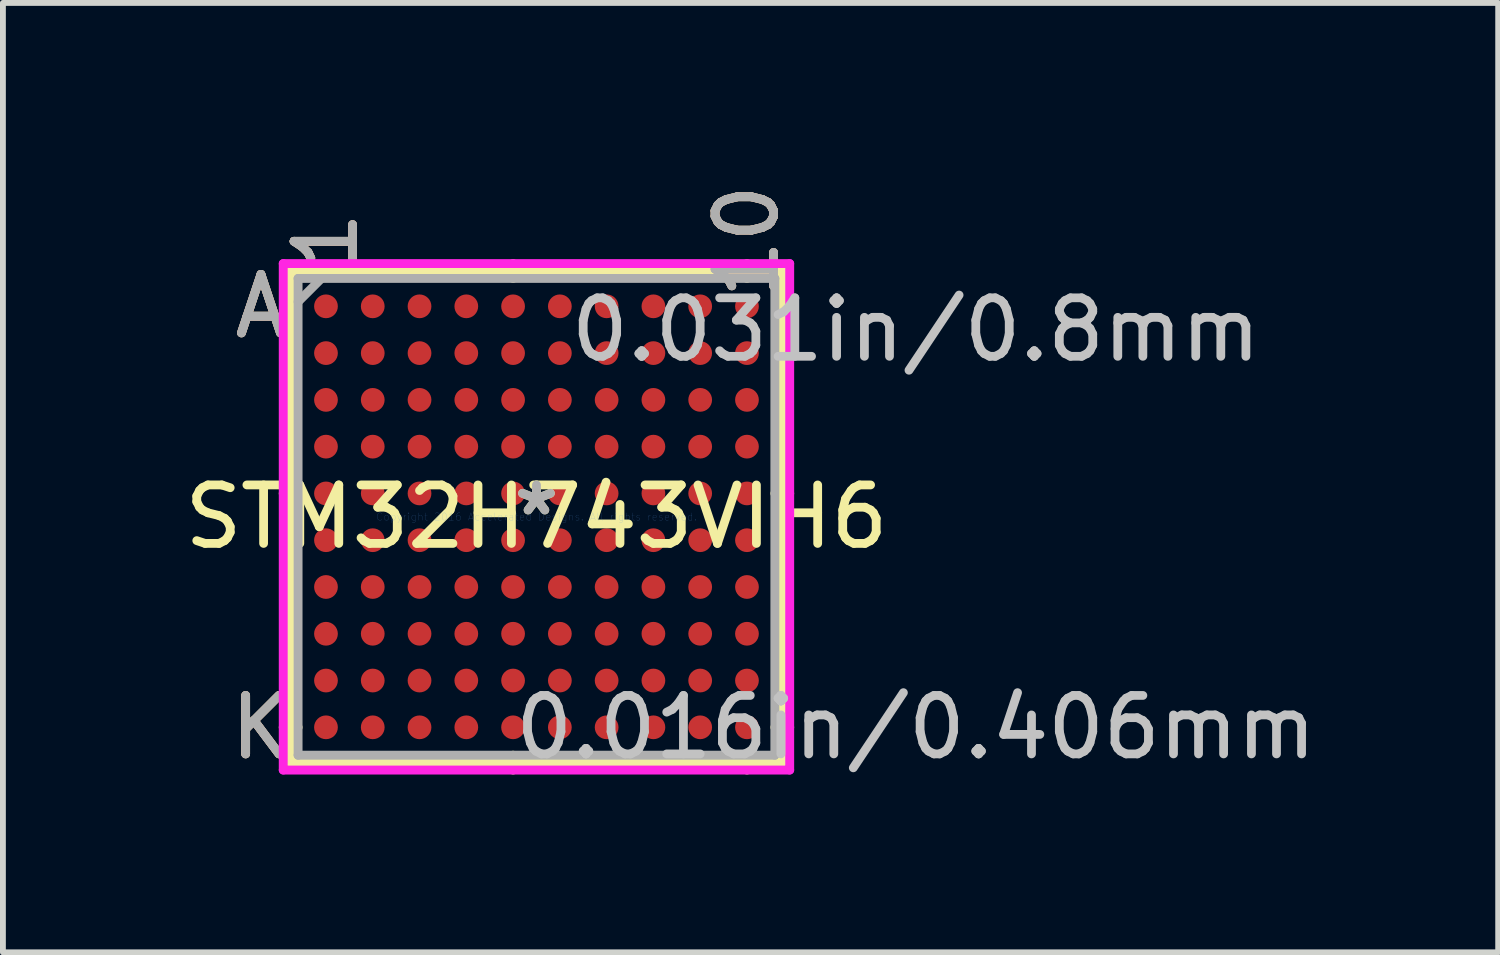
<source format=kicad_pcb>
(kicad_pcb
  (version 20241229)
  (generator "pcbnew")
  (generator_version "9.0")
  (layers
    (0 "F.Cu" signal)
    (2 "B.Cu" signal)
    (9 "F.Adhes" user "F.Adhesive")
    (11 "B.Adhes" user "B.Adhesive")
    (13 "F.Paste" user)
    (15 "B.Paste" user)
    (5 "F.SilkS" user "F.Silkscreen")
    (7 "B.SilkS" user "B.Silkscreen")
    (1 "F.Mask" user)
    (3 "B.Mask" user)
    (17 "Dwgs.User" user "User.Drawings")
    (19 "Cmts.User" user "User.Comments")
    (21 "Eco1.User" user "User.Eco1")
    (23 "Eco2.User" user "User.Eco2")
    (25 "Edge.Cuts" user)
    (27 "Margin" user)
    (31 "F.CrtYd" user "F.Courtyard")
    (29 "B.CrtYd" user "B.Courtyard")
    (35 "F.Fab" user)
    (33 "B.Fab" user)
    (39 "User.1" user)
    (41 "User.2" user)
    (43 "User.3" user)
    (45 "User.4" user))
  (footprint "STM32H743VIH6"
    (layer "F.Cu")
    (at 6.125 5.789)
    (property "Reference" "STM32H743VIH6" (at 0 0 0) (layer "F.SilkS") (effects (font (size 1 1) (thickness 0.15))))
    (attr through_hole)
    (fp_line (start -4.204 -4.204) (end -4.204 4.204) (stroke (width 0.152) (type solid)) (layer "F.SilkS"))
    (fp_line (start -4.204 4.204) (end 4.204 4.204) (stroke (width 0.152) (type solid)) (layer "F.SilkS"))
    (fp_line (start -4.077 -0.4) (end -4.331 -0.4) (stroke (width 0.152) (type solid)) (layer "F.SilkS"))
    (fp_line (start -4.077 3.6) (end -4.331 3.6) (stroke (width 0.152) (type solid)) (layer "F.SilkS"))
    (fp_line (start -0.4 -4.077) (end -0.4 -4.331) (stroke (width 0.152) (type solid)) (layer "F.SilkS"))
    (fp_line (start -0.4 4.077) (end -0.4 4.331) (stroke (width 0.152) (type solid)) (layer "F.SilkS"))
    (fp_line (start 3.6 -4.077) (end 3.6 -4.331) (stroke (width 0.152) (type solid)) (layer "F.SilkS"))
    (fp_line (start 3.6 4.077) (end 3.6 4.331) (stroke (width 0.152) (type solid)) (layer "F.SilkS"))
    (fp_line (start 4.077 -0.4) (end 4.331 -0.4) (stroke (width 0.152) (type solid)) (layer "F.SilkS"))
    (fp_line (start 4.077 3.6) (end 4.331 3.6) (stroke (width 0.152) (type solid)) (layer "F.SilkS"))
    (fp_line (start 4.204 -4.204) (end -4.204 -4.204) (stroke (width 0.152) (type solid)) (layer "F.SilkS"))
    (fp_line (start 4.204 4.204) (end 4.204 -4.204) (stroke (width 0.152) (type solid)) (layer "F.SilkS"))
    (fp_line (start -4.331 -4.331) (end 4.331 -4.331) (stroke (width 0.152) (type solid)) (layer "F.CrtYd"))
    (fp_line (start -4.331 4.331) (end -4.331 -4.331) (stroke (width 0.152) (type solid)) (layer "F.CrtYd"))
    (fp_line (start 4.331 -4.331) (end 4.331 4.331) (stroke (width 0.152) (type solid)) (layer "F.CrtYd"))
    (fp_line (start 4.331 4.331) (end -4.331 4.331) (stroke (width 0.152) (type solid)) (layer "F.CrtYd"))
    (fp_line (start -4.077 -4.077) (end -4.077 4.077) (stroke (width 0.152) (type solid)) (layer "F.Fab"))
    (fp_line (start -4.077 4.077) (end 4.077 4.077) (stroke (width 0.152) (type solid)) (layer "F.Fab"))
    (fp_line (start -3.677 -4.077) (end -4.077 -3.677) (stroke (width 0.152) (type solid)) (layer "F.Fab"))
    (fp_line (start 4.077 -4.077) (end -4.077 -4.077) (stroke (width 0.152) (type solid)) (layer "F.Fab"))
    (fp_line (start 4.077 4.077) (end 4.077 -4.077) (stroke (width 0.152) (type solid)) (layer "F.Fab"))
    (fp_text user "*" (at 0 0 0) (layer "F.SilkS") (effects (font (size 1 1) (thickness 0.15))))
    (fp_text user "1" (at -3.6 -4.712 90) (layer "F.SilkS") (effects (font (size 1 1) (thickness 0.15))))
    (fp_text user "A" (at -4.712 -3.6 0) (layer "F.SilkS") (effects (font (size 1 1) (thickness 0.15))))
    (fp_text user "K" (at -4.712 3.6 0) (layer "F.SilkS") (effects (font (size 1 1) (thickness 0.15))))
    (fp_text user "10" (at 3.6 -4.712 90) (layer "F.SilkS") (effects (font (size 1 1) (thickness 0.15))))
    (fp_text user "A" (at -4.712 -3.6 0) (layer "B.SilkS") (effects (font (size 1 1) (thickness 0.15))))
    (fp_text user "K" (at -4.712 3.6 0) (layer "B.SilkS") (effects (font (size 1 1) (thickness 0.15))))
    (fp_text user "1" (at -3.6 -4.712 90) (layer "B.SilkS") (effects (font (size 1 1) (thickness 0.15))))
    (fp_text user "10" (at 3.6 -4.712 90) (layer "B.SilkS") (effects (font (size 1 1) (thickness 0.15))))
    (fp_text user "0.031in/0.8mm" (at 6.49 -3.2 0) (layer "Dwgs.User") (effects (font (size 1 1) (thickness 0.15))))
    (fp_text user "0.016in/0.406mm" (at 6.49 3.6 0) (layer "Dwgs.User") (effects (font (size 1 1) (thickness 0.15))))
    (fp_text user "Copyright 2016 Accelerated Designs. All rights reserved." (at 0 0 0) (layer "Cmts.User") (effects (font (size 0.127 0.127) (thickness 0.002))))
    (fp_text user "*" (at 0 0 0) (layer "F.Fab") (effects (font (size 1 1) (thickness 0.15))))
    (fp_text user "10" (at 3.6 -4.712 90) (layer "F.Fab") (effects (font (size 1 1) (thickness 0.15))))
    (fp_text user "A" (at -4.712 -3.6 0) (layer "F.Fab") (effects (font (size 1 1) (thickness 0.15))))
    (fp_text user "1" (at -3.6 -4.712 90) (layer "F.Fab") (effects (font (size 1 1) (thickness 0.15))))
    (fp_text user "K" (at -4.712 3.6 0) (layer "F.Fab") (effects (font (size 1 1) (thickness 0.15))))
    (pad "A1" smd circle (at -3.6 -3.6) (size 0.406 0.406) (layers "F.Cu" "F.Mask" "F.Paste"))
    (pad "A2" smd circle (at -2.8 -3.6) (size 0.406 0.406) (layers "F.Cu" "F.Mask" "F.Paste"))
    (pad "A3" smd circle (at -2 -3.6) (size 0.406 0.406) (layers "F.Cu" "F.Mask" "F.Paste"))
    (pad "A4" smd circle (at -1.2 -3.6) (size 0.406 0.406) (layers "F.Cu" "F.Mask" "F.Paste"))
    (pad "A5" smd circle (at -0.4 -3.6) (size 0.406 0.406) (layers "F.Cu" "F.Mask" "F.Paste"))
    (pad "A6" smd circle (at 0.4 -3.6) (size 0.406 0.406) (layers "F.Cu" "F.Mask" "F.Paste"))
    (pad "A7" smd circle (at 1.2 -3.6) (size 0.406 0.406) (layers "F.Cu" "F.Mask" "F.Paste"))
    (pad "A8" smd circle (at 2 -3.6) (size 0.406 0.406) (layers "F.Cu" "F.Mask" "F.Paste"))
    (pad "A9" smd circle (at 2.8 -3.6) (size 0.406 0.406) (layers "F.Cu" "F.Mask" "F.Paste"))
    (pad "A10" smd circle (at 3.6 -3.6) (size 0.406 0.406) (layers "F.Cu" "F.Mask" "F.Paste"))
    (pad "B1" smd circle (at -3.6 -2.8) (size 0.406 0.406) (layers "F.Cu" "F.Mask" "F.Paste"))
    (pad "B2" smd circle (at -2.8 -2.8) (size 0.406 0.406) (layers "F.Cu" "F.Mask" "F.Paste"))
    (pad "B3" smd circle (at -2 -2.8) (size 0.406 0.406) (layers "F.Cu" "F.Mask" "F.Paste"))
    (pad "B4" smd circle (at -1.2 -2.8) (size 0.406 0.406) (layers "F.Cu" "F.Mask" "F.Paste"))
    (pad "B5" smd circle (at -0.4 -2.8) (size 0.406 0.406) (layers "F.Cu" "F.Mask" "F.Paste"))
    (pad "B6" smd circle (at 0.4 -2.8) (size 0.406 0.406) (layers "F.Cu" "F.Mask" "F.Paste"))
    (pad "B7" smd circle (at 1.2 -2.8) (size 0.406 0.406) (layers "F.Cu" "F.Mask" "F.Paste"))
    (pad "B8" smd circle (at 2 -2.8) (size 0.406 0.406) (layers "F.Cu" "F.Mask" "F.Paste"))
    (pad "B9" smd circle (at 2.8 -2.8) (size 0.406 0.406) (layers "F.Cu" "F.Mask" "F.Paste"))
    (pad "B10" smd circle (at 3.6 -2.8) (size 0.406 0.406) (layers "F.Cu" "F.Mask" "F.Paste"))
    (pad "C1" smd circle (at -3.6 -2) (size 0.406 0.406) (layers "F.Cu" "F.Mask" "F.Paste"))
    (pad "C2" smd circle (at -2.8 -2) (size 0.406 0.406) (layers "F.Cu" "F.Mask" "F.Paste"))
    (pad "C3" smd circle (at -2 -2) (size 0.406 0.406) (layers "F.Cu" "F.Mask" "F.Paste"))
    (pad "C4" smd circle (at -1.2 -2) (size 0.406 0.406) (layers "F.Cu" "F.Mask" "F.Paste"))
    (pad "C5" smd circle (at -0.4 -2) (size 0.406 0.406) (layers "F.Cu" "F.Mask" "F.Paste"))
    (pad "C6" smd circle (at 0.4 -2) (size 0.406 0.406) (layers "F.Cu" "F.Mask" "F.Paste"))
    (pad "C7" smd circle (at 1.2 -2) (size 0.406 0.406) (layers "F.Cu" "F.Mask" "F.Paste"))
    (pad "C8" smd circle (at 2 -2) (size 0.406 0.406) (layers "F.Cu" "F.Mask" "F.Paste"))
    (pad "C9" smd circle (at 2.8 -2) (size 0.406 0.406) (layers "F.Cu" "F.Mask" "F.Paste"))
    (pad "C10" smd circle (at 3.6 -2) (size 0.406 0.406) (layers "F.Cu" "F.Mask" "F.Paste"))
    (pad "D1" smd circle (at -3.6 -1.2) (size 0.406 0.406) (layers "F.Cu" "F.Mask" "F.Paste"))
    (pad "D2" smd circle (at -2.8 -1.2) (size 0.406 0.406) (layers "F.Cu" "F.Mask" "F.Paste"))
    (pad "D3" smd circle (at -2 -1.2) (size 0.406 0.406) (layers "F.Cu" "F.Mask" "F.Paste"))
    (pad "D4" smd circle (at -1.2 -1.2) (size 0.406 0.406) (layers "F.Cu" "F.Mask" "F.Paste"))
    (pad "D5" smd circle (at -0.4 -1.2) (size 0.406 0.406) (layers "F.Cu" "F.Mask" "F.Paste"))
    (pad "D6" smd circle (at 0.4 -1.2) (size 0.406 0.406) (layers "F.Cu" "F.Mask" "F.Paste"))
    (pad "D7" smd circle (at 1.2 -1.2) (size 0.406 0.406) (layers "F.Cu" "F.Mask" "F.Paste"))
    (pad "D8" smd circle (at 2 -1.2) (size 0.406 0.406) (layers "F.Cu" "F.Mask" "F.Paste"))
    (pad "D9" smd circle (at 2.8 -1.2) (size 0.406 0.406) (layers "F.Cu" "F.Mask" "F.Paste"))
    (pad "D10" smd circle (at 3.6 -1.2) (size 0.406 0.406) (layers "F.Cu" "F.Mask" "F.Paste"))
    (pad "E1" smd circle (at -3.6 -0.4) (size 0.406 0.406) (layers "F.Cu" "F.Mask" "F.Paste"))
    (pad "E2" smd circle (at -2.8 -0.4) (size 0.406 0.406) (layers "F.Cu" "F.Mask" "F.Paste"))
    (pad "E3" smd circle (at -2 -0.4) (size 0.406 0.406) (layers "F.Cu" "F.Mask" "F.Paste"))
    (pad "E4" smd circle (at -1.2 -0.4) (size 0.406 0.406) (layers "F.Cu" "F.Mask" "F.Paste"))
    (pad "E5" smd circle (at -0.4 -0.4) (size 0.406 0.406) (layers "F.Cu" "F.Mask" "F.Paste"))
    (pad "E6" smd circle (at 0.4 -0.4) (size 0.406 0.406) (layers "F.Cu" "F.Mask" "F.Paste"))
    (pad "E7" smd circle (at 1.2 -0.4) (size 0.406 0.406) (layers "F.Cu" "F.Mask" "F.Paste"))
    (pad "E8" smd circle (at 2 -0.4) (size 0.406 0.406) (layers "F.Cu" "F.Mask" "F.Paste"))
    (pad "E9" smd circle (at 2.8 -0.4) (size 0.406 0.406) (layers "F.Cu" "F.Mask" "F.Paste"))
    (pad "E10" smd circle (at 3.6 -0.4) (size 0.406 0.406) (layers "F.Cu" "F.Mask" "F.Paste"))
    (pad "F1" smd circle (at -3.6 0.4) (size 0.406 0.406) (layers "F.Cu" "F.Mask" "F.Paste"))
    (pad "F2" smd circle (at -2.8 0.4) (size 0.406 0.406) (layers "F.Cu" "F.Mask" "F.Paste"))
    (pad "F3" smd circle (at -2 0.4) (size 0.406 0.406) (layers "F.Cu" "F.Mask" "F.Paste"))
    (pad "F4" smd circle (at -1.2 0.4) (size 0.406 0.406) (layers "F.Cu" "F.Mask" "F.Paste"))
    (pad "F5" smd circle (at -0.4 0.4) (size 0.406 0.406) (layers "F.Cu" "F.Mask" "F.Paste"))
    (pad "F6" smd circle (at 0.4 0.4) (size 0.406 0.406) (layers "F.Cu" "F.Mask" "F.Paste"))
    (pad "F7" smd circle (at 1.2 0.4) (size 0.406 0.406) (layers "F.Cu" "F.Mask" "F.Paste"))
    (pad "F8" smd circle (at 2 0.4) (size 0.406 0.406) (layers "F.Cu" "F.Mask" "F.Paste"))
    (pad "F9" smd circle (at 2.8 0.4) (size 0.406 0.406) (layers "F.Cu" "F.Mask" "F.Paste"))
    (pad "F10" smd circle (at 3.6 0.4) (size 0.406 0.406) (layers "F.Cu" "F.Mask" "F.Paste"))
    (pad "G1" smd circle (at -3.6 1.2) (size 0.406 0.406) (layers "F.Cu" "F.Mask" "F.Paste"))
    (pad "G2" smd circle (at -2.8 1.2) (size 0.406 0.406) (layers "F.Cu" "F.Mask" "F.Paste"))
    (pad "G3" smd circle (at -2 1.2) (size 0.406 0.406) (layers "F.Cu" "F.Mask" "F.Paste"))
    (pad "G4" smd circle (at -1.2 1.2) (size 0.406 0.406) (layers "F.Cu" "F.Mask" "F.Paste"))
    (pad "G5" smd circle (at -0.4 1.2) (size 0.406 0.406) (layers "F.Cu" "F.Mask" "F.Paste"))
    (pad "G6" smd circle (at 0.4 1.2) (size 0.406 0.406) (layers "F.Cu" "F.Mask" "F.Paste"))
    (pad "G7" smd circle (at 1.2 1.2) (size 0.406 0.406) (layers "F.Cu" "F.Mask" "F.Paste"))
    (pad "G8" smd circle (at 2 1.2) (size 0.406 0.406) (layers "F.Cu" "F.Mask" "F.Paste"))
    (pad "G9" smd circle (at 2.8 1.2) (size 0.406 0.406) (layers "F.Cu" "F.Mask" "F.Paste"))
    (pad "G10" smd circle (at 3.6 1.2) (size 0.406 0.406) (layers "F.Cu" "F.Mask" "F.Paste"))
    (pad "H1" smd circle (at -3.6 2) (size 0.406 0.406) (layers "F.Cu" "F.Mask" "F.Paste"))
    (pad "H2" smd circle (at -2.8 2) (size 0.406 0.406) (layers "F.Cu" "F.Mask" "F.Paste"))
    (pad "H3" smd circle (at -2 2) (size 0.406 0.406) (layers "F.Cu" "F.Mask" "F.Paste"))
    (pad "H4" smd circle (at -1.2 2) (size 0.406 0.406) (layers "F.Cu" "F.Mask" "F.Paste"))
    (pad "H5" smd circle (at -0.4 2) (size 0.406 0.406) (layers "F.Cu" "F.Mask" "F.Paste"))
    (pad "H6" smd circle (at 0.4 2) (size 0.406 0.406) (layers "F.Cu" "F.Mask" "F.Paste"))
    (pad "H7" smd circle (at 1.2 2) (size 0.406 0.406) (layers "F.Cu" "F.Mask" "F.Paste"))
    (pad "H8" smd circle (at 2 2) (size 0.406 0.406) (layers "F.Cu" "F.Mask" "F.Paste"))
    (pad "H9" smd circle (at 2.8 2) (size 0.406 0.406) (layers "F.Cu" "F.Mask" "F.Paste"))
    (pad "H10" smd circle (at 3.6 2) (size 0.406 0.406) (layers "F.Cu" "F.Mask" "F.Paste"))
    (pad "J1" smd circle (at -3.6 2.8) (size 0.406 0.406) (layers "F.Cu" "F.Mask" "F.Paste"))
    (pad "J2" smd circle (at -2.8 2.8) (size 0.406 0.406) (layers "F.Cu" "F.Mask" "F.Paste"))
    (pad "J3" smd circle (at -2 2.8) (size 0.406 0.406) (layers "F.Cu" "F.Mask" "F.Paste"))
    (pad "J4" smd circle (at -1.2 2.8) (size 0.406 0.406) (layers "F.Cu" "F.Mask" "F.Paste"))
    (pad "J5" smd circle (at -0.4 2.8) (size 0.406 0.406) (layers "F.Cu" "F.Mask" "F.Paste"))
    (pad "J6" smd circle (at 0.4 2.8) (size 0.406 0.406) (layers "F.Cu" "F.Mask" "F.Paste"))
    (pad "J7" smd circle (at 1.2 2.8) (size 0.406 0.406) (layers "F.Cu" "F.Mask" "F.Paste"))
    (pad "J8" smd circle (at 2 2.8) (size 0.406 0.406) (layers "F.Cu" "F.Mask" "F.Paste"))
    (pad "J9" smd circle (at 2.8 2.8) (size 0.406 0.406) (layers "F.Cu" "F.Mask" "F.Paste"))
    (pad "J10" smd circle (at 3.6 2.8) (size 0.406 0.406) (layers "F.Cu" "F.Mask" "F.Paste"))
    (pad "K1" smd circle (at -3.6 3.6) (size 0.406 0.406) (layers "F.Cu" "F.Mask" "F.Paste"))
    (pad "K2" smd circle (at -2.8 3.6) (size 0.406 0.406) (layers "F.Cu" "F.Mask" "F.Paste"))
    (pad "K3" smd circle (at -2 3.6) (size 0.406 0.406) (layers "F.Cu" "F.Mask" "F.Paste"))
    (pad "K4" smd circle (at -1.2 3.6) (size 0.406 0.406) (layers "F.Cu" "F.Mask" "F.Paste"))
    (pad "K5" smd circle (at -0.4 3.6) (size 0.406 0.406) (layers "F.Cu" "F.Mask" "F.Paste"))
    (pad "K6" smd circle (at 0.4 3.6) (size 0.406 0.406) (layers "F.Cu" "F.Mask" "F.Paste"))
    (pad "K7" smd circle (at 1.2 3.6) (size 0.406 0.406) (layers "F.Cu" "F.Mask" "F.Paste"))
    (pad "K8" smd circle (at 2 3.6) (size 0.406 0.406) (layers "F.Cu" "F.Mask" "F.Paste"))
    (pad "K9" smd circle (at 2.8 3.6) (size 0.406 0.406) (layers "F.Cu" "F.Mask" "F.Paste"))
    (pad "K10" smd circle (at 3.6 3.6) (size 0.406 0.406) (layers "F.Cu" "F.Mask" "F.Paste")))
  (gr_rect
    (start -3 -3)
    (end 22.573 13.237)
    (stroke (width 0.1) (type default))
    (fill no)
    (layer "Edge.Cuts")))
</source>
